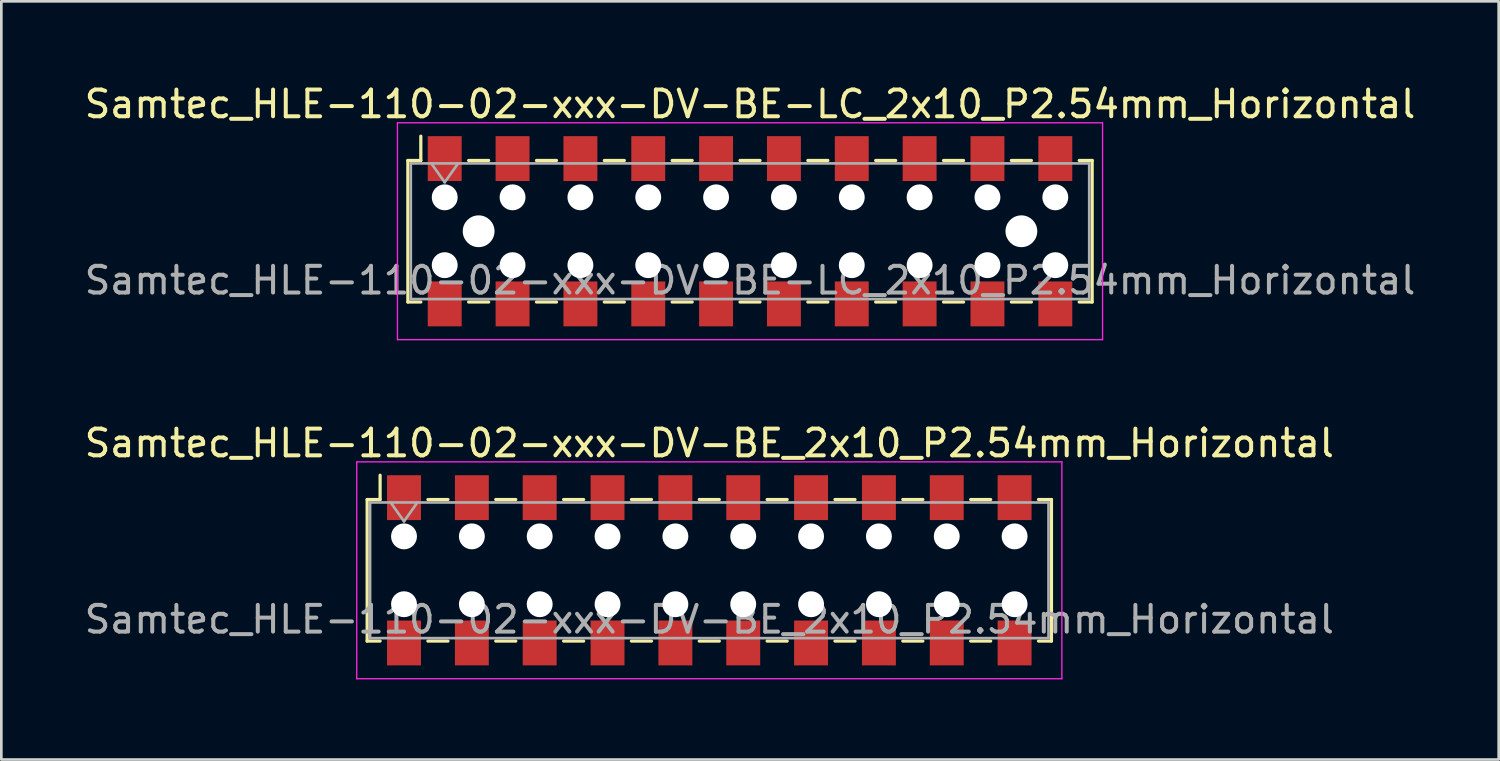
<source format=kicad_pcb>
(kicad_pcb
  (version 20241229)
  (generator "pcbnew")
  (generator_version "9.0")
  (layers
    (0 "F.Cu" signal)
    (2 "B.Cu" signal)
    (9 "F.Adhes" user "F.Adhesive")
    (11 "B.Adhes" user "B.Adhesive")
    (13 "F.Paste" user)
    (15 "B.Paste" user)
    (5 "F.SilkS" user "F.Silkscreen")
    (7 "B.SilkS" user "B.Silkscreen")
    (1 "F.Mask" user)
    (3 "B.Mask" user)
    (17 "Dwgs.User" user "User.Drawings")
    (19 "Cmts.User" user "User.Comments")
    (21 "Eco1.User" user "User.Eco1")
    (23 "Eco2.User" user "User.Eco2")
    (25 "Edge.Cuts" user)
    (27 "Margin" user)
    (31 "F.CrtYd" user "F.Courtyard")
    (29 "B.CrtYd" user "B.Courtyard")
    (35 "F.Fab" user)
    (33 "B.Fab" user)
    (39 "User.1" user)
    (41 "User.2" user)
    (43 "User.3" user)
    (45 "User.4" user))
  (footprint "Samtec_HLE-110-02-xxx-DV-BE-LC_2x10_P2.54mm_Horizontal"
    (layer "F.Cu")
    (at 25.03 5.608)
    (property "Reference" "Samtec_HLE-110-02-xxx-DV-BE-LC_2x10_P2.54mm_Horizontal" (at 0 -4.76 0) (layer "F.SilkS") (effects (font (size 1 1) (thickness 0.15))))
    (attr smd)
    (fp_line (start -12.81 -2.65) (end -12.81 2.65) (stroke (width 0.12) (type solid)) (layer "F.SilkS"))
    (fp_line (start -12.81 2.65) (end -12.325 2.65) (stroke (width 0.12) (type solid)) (layer "F.SilkS"))
    (fp_line (start -12.325 -3.56) (end -12.325 -2.65) (stroke (width 0.12) (type solid)) (layer "F.SilkS"))
    (fp_line (start -12.325 -2.65) (end -12.81 -2.65) (stroke (width 0.12) (type solid)) (layer "F.SilkS"))
    (fp_line (start -10.535 -2.65) (end -9.785 -2.65) (stroke (width 0.12) (type solid)) (layer "F.SilkS"))
    (fp_line (start -10.535 2.65) (end -9.785 2.65) (stroke (width 0.12) (type solid)) (layer "F.SilkS"))
    (fp_line (start -7.995 -2.65) (end -7.245 -2.65) (stroke (width 0.12) (type solid)) (layer "F.SilkS"))
    (fp_line (start -7.995 2.65) (end -7.245 2.65) (stroke (width 0.12) (type solid)) (layer "F.SilkS"))
    (fp_line (start -5.455 -2.65) (end -4.705 -2.65) (stroke (width 0.12) (type solid)) (layer "F.SilkS"))
    (fp_line (start -5.455 2.65) (end -4.705 2.65) (stroke (width 0.12) (type solid)) (layer "F.SilkS"))
    (fp_line (start -2.915 -2.65) (end -2.165 -2.65) (stroke (width 0.12) (type solid)) (layer "F.SilkS"))
    (fp_line (start -2.915 2.65) (end -2.165 2.65) (stroke (width 0.12) (type solid)) (layer "F.SilkS"))
    (fp_line (start -0.375 -2.65) (end 0.375 -2.65) (stroke (width 0.12) (type solid)) (layer "F.SilkS"))
    (fp_line (start -0.375 2.65) (end 0.375 2.65) (stroke (width 0.12) (type solid)) (layer "F.SilkS"))
    (fp_line (start 2.165 -2.65) (end 2.915 -2.65) (stroke (width 0.12) (type solid)) (layer "F.SilkS"))
    (fp_line (start 2.165 2.65) (end 2.915 2.65) (stroke (width 0.12) (type solid)) (layer "F.SilkS"))
    (fp_line (start 4.705 -2.65) (end 5.455 -2.65) (stroke (width 0.12) (type solid)) (layer "F.SilkS"))
    (fp_line (start 4.705 2.65) (end 5.455 2.65) (stroke (width 0.12) (type solid)) (layer "F.SilkS"))
    (fp_line (start 7.245 -2.65) (end 7.995 -2.65) (stroke (width 0.12) (type solid)) (layer "F.SilkS"))
    (fp_line (start 7.245 2.65) (end 7.995 2.65) (stroke (width 0.12) (type solid)) (layer "F.SilkS"))
    (fp_line (start 9.785 -2.65) (end 10.535 -2.65) (stroke (width 0.12) (type solid)) (layer "F.SilkS"))
    (fp_line (start 9.785 2.65) (end 10.535 2.65) (stroke (width 0.12) (type solid)) (layer "F.SilkS"))
    (fp_line (start 12.325 -2.65) (end 12.81 -2.65) (stroke (width 0.12) (type solid)) (layer "F.SilkS"))
    (fp_line (start 12.81 -2.65) (end 12.81 2.65) (stroke (width 0.12) (type solid)) (layer "F.SilkS"))
    (fp_line (start 12.81 2.65) (end 12.325 2.65) (stroke (width 0.12) (type solid)) (layer "F.SilkS"))
    (fp_line (start -13.2 -4.06) (end 13.2 -4.06) (stroke (width 0.05) (type solid)) (layer "F.CrtYd"))
    (fp_line (start -13.2 4.06) (end -13.2 -4.06) (stroke (width 0.05) (type solid)) (layer "F.CrtYd"))
    (fp_line (start 13.2 -4.06) (end 13.2 4.06) (stroke (width 0.05) (type solid)) (layer "F.CrtYd"))
    (fp_line (start 13.2 4.06) (end -13.2 4.06) (stroke (width 0.05) (type solid)) (layer "F.CrtYd"))
    (fp_line (start -12.7 -2.54) (end 12.7 -2.54) (stroke (width 0.1) (type solid)) (layer "F.Fab"))
    (fp_line (start -12.7 2.54) (end -12.7 -2.54) (stroke (width 0.1) (type solid)) (layer "F.Fab"))
    (fp_line (start -11.93 -2.54) (end -11.43 -1.833) (stroke (width 0.1) (type solid)) (layer "F.Fab"))
    (fp_line (start -11.43 -1.833) (end -10.93 -2.54) (stroke (width 0.1) (type solid)) (layer "F.Fab"))
    (fp_line (start 12.7 -2.54) (end 12.7 2.54) (stroke (width 0.1) (type solid)) (layer "F.Fab"))
    (fp_line (start 12.7 2.54) (end -12.7 2.54) (stroke (width 0.1) (type solid)) (layer "F.Fab"))
    (fp_text user "${REFERENCE}" (at 0 1.84 0) (layer "F.Fab") (effects (font (size 1 1) (thickness 0.15))))
    (pad "" np_thru_hole circle (at -11.43 -1.27) (size 0.97 0.97) (drill 0.97) (layers "*.Cu" "*.Mask"))
    (pad "" np_thru_hole circle (at -11.43 1.27) (size 0.97 0.97) (drill 0.97) (layers "*.Cu" "*.Mask"))
    (pad "" np_thru_hole circle (at -10.16 0) (size 1.19 1.19) (drill 1.19) (layers "*.Cu" "*.Mask"))
    (pad "" np_thru_hole circle (at -8.89 -1.27) (size 0.97 0.97) (drill 0.97) (layers "*.Cu" "*.Mask"))
    (pad "" np_thru_hole circle (at -8.89 1.27) (size 0.97 0.97) (drill 0.97) (layers "*.Cu" "*.Mask"))
    (pad "" np_thru_hole circle (at -6.35 -1.27) (size 0.97 0.97) (drill 0.97) (layers "*.Cu" "*.Mask"))
    (pad "" np_thru_hole circle (at -6.35 1.27) (size 0.97 0.97) (drill 0.97) (layers "*.Cu" "*.Mask"))
    (pad "" np_thru_hole circle (at -3.81 -1.27) (size 0.97 0.97) (drill 0.97) (layers "*.Cu" "*.Mask"))
    (pad "" np_thru_hole circle (at -3.81 1.27) (size 0.97 0.97) (drill 0.97) (layers "*.Cu" "*.Mask"))
    (pad "" np_thru_hole circle (at -1.27 -1.27) (size 0.97 0.97) (drill 0.97) (layers "*.Cu" "*.Mask"))
    (pad "" np_thru_hole circle (at -1.27 1.27) (size 0.97 0.97) (drill 0.97) (layers "*.Cu" "*.Mask"))
    (pad "" np_thru_hole circle (at 1.27 -1.27) (size 0.97 0.97) (drill 0.97) (layers "*.Cu" "*.Mask"))
    (pad "" np_thru_hole circle (at 1.27 1.27) (size 0.97 0.97) (drill 0.97) (layers "*.Cu" "*.Mask"))
    (pad "" np_thru_hole circle (at 3.81 -1.27) (size 0.97 0.97) (drill 0.97) (layers "*.Cu" "*.Mask"))
    (pad "" np_thru_hole circle (at 3.81 1.27) (size 0.97 0.97) (drill 0.97) (layers "*.Cu" "*.Mask"))
    (pad "" np_thru_hole circle (at 6.35 -1.27) (size 0.97 0.97) (drill 0.97) (layers "*.Cu" "*.Mask"))
    (pad "" np_thru_hole circle (at 6.35 1.27) (size 0.97 0.97) (drill 0.97) (layers "*.Cu" "*.Mask"))
    (pad "" np_thru_hole circle (at 8.89 -1.27) (size 0.97 0.97) (drill 0.97) (layers "*.Cu" "*.Mask"))
    (pad "" np_thru_hole circle (at 8.89 1.27) (size 0.97 0.97) (drill 0.97) (layers "*.Cu" "*.Mask"))
    (pad "" np_thru_hole circle (at 10.16 0) (size 1.19 1.19) (drill 1.19) (layers "*.Cu" "*.Mask"))
    (pad "" np_thru_hole circle (at 11.43 -1.27) (size 0.97 0.97) (drill 0.97) (layers "*.Cu" "*.Mask"))
    (pad "" np_thru_hole circle (at 11.43 1.27) (size 0.97 0.97) (drill 0.97) (layers "*.Cu" "*.Mask"))
    (pad "1" smd rect (at -11.43 -2.72) (size 1.27 1.68) (layers "F.Cu" "F.Mask" "F.Paste"))
    (pad "2" smd rect (at -11.43 2.72) (size 1.27 1.68) (layers "F.Cu" "F.Mask" "F.Paste"))
    (pad "3" smd rect (at -8.89 -2.72) (size 1.27 1.68) (layers "F.Cu" "F.Mask" "F.Paste"))
    (pad "4" smd rect (at -8.89 2.72) (size 1.27 1.68) (layers "F.Cu" "F.Mask" "F.Paste"))
    (pad "5" smd rect (at -6.35 -2.72) (size 1.27 1.68) (layers "F.Cu" "F.Mask" "F.Paste"))
    (pad "6" smd rect (at -6.35 2.72) (size 1.27 1.68) (layers "F.Cu" "F.Mask" "F.Paste"))
    (pad "7" smd rect (at -3.81 -2.72) (size 1.27 1.68) (layers "F.Cu" "F.Mask" "F.Paste"))
    (pad "8" smd rect (at -3.81 2.72) (size 1.27 1.68) (layers "F.Cu" "F.Mask" "F.Paste"))
    (pad "9" smd rect (at -1.27 -2.72) (size 1.27 1.68) (layers "F.Cu" "F.Mask" "F.Paste"))
    (pad "10" smd rect (at -1.27 2.72) (size 1.27 1.68) (layers "F.Cu" "F.Mask" "F.Paste"))
    (pad "11" smd rect (at 1.27 -2.72) (size 1.27 1.68) (layers "F.Cu" "F.Mask" "F.Paste"))
    (pad "12" smd rect (at 1.27 2.72) (size 1.27 1.68) (layers "F.Cu" "F.Mask" "F.Paste"))
    (pad "13" smd rect (at 3.81 -2.72) (size 1.27 1.68) (layers "F.Cu" "F.Mask" "F.Paste"))
    (pad "14" smd rect (at 3.81 2.72) (size 1.27 1.68) (layers "F.Cu" "F.Mask" "F.Paste"))
    (pad "15" smd rect (at 6.35 -2.72) (size 1.27 1.68) (layers "F.Cu" "F.Mask" "F.Paste"))
    (pad "16" smd rect (at 6.35 2.72) (size 1.27 1.68) (layers "F.Cu" "F.Mask" "F.Paste"))
    (pad "17" smd rect (at 8.89 -2.72) (size 1.27 1.68) (layers "F.Cu" "F.Mask" "F.Paste"))
    (pad "18" smd rect (at 8.89 2.72) (size 1.27 1.68) (layers "F.Cu" "F.Mask" "F.Paste"))
    (pad "19" smd rect (at 11.43 -2.72) (size 1.27 1.68) (layers "F.Cu" "F.Mask" "F.Paste"))
    (pad "20" smd rect (at 11.43 2.72) (size 1.27 1.68) (layers "F.Cu" "F.Mask" "F.Paste")))
  (footprint "Samtec_HLE-110-02-xxx-DV-BE_2x10_P2.54mm_Horizontal"
    (layer "F.Cu")
    (at 23.506 18.302)
    (property "Reference" "Samtec_HLE-110-02-xxx-DV-BE_2x10_P2.54mm_Horizontal" (at 0 -4.76 0) (layer "F.SilkS") (effects (font (size 1 1) (thickness 0.15))))
    (attr smd)
    (fp_line (start -12.81 -2.65) (end -12.81 2.65) (stroke (width 0.12) (type solid)) (layer "F.SilkS"))
    (fp_line (start -12.81 2.65) (end -12.325 2.65) (stroke (width 0.12) (type solid)) (layer "F.SilkS"))
    (fp_line (start -12.325 -3.56) (end -12.325 -2.65) (stroke (width 0.12) (type solid)) (layer "F.SilkS"))
    (fp_line (start -12.325 -2.65) (end -12.81 -2.65) (stroke (width 0.12) (type solid)) (layer "F.SilkS"))
    (fp_line (start -10.535 -2.65) (end -9.785 -2.65) (stroke (width 0.12) (type solid)) (layer "F.SilkS"))
    (fp_line (start -10.535 2.65) (end -9.785 2.65) (stroke (width 0.12) (type solid)) (layer "F.SilkS"))
    (fp_line (start -7.995 -2.65) (end -7.245 -2.65) (stroke (width 0.12) (type solid)) (layer "F.SilkS"))
    (fp_line (start -7.995 2.65) (end -7.245 2.65) (stroke (width 0.12) (type solid)) (layer "F.SilkS"))
    (fp_line (start -5.455 -2.65) (end -4.705 -2.65) (stroke (width 0.12) (type solid)) (layer "F.SilkS"))
    (fp_line (start -5.455 2.65) (end -4.705 2.65) (stroke (width 0.12) (type solid)) (layer "F.SilkS"))
    (fp_line (start -2.915 -2.65) (end -2.165 -2.65) (stroke (width 0.12) (type solid)) (layer "F.SilkS"))
    (fp_line (start -2.915 2.65) (end -2.165 2.65) (stroke (width 0.12) (type solid)) (layer "F.SilkS"))
    (fp_line (start -0.375 -2.65) (end 0.375 -2.65) (stroke (width 0.12) (type solid)) (layer "F.SilkS"))
    (fp_line (start -0.375 2.65) (end 0.375 2.65) (stroke (width 0.12) (type solid)) (layer "F.SilkS"))
    (fp_line (start 2.165 -2.65) (end 2.915 -2.65) (stroke (width 0.12) (type solid)) (layer "F.SilkS"))
    (fp_line (start 2.165 2.65) (end 2.915 2.65) (stroke (width 0.12) (type solid)) (layer "F.SilkS"))
    (fp_line (start 4.705 -2.65) (end 5.455 -2.65) (stroke (width 0.12) (type solid)) (layer "F.SilkS"))
    (fp_line (start 4.705 2.65) (end 5.455 2.65) (stroke (width 0.12) (type solid)) (layer "F.SilkS"))
    (fp_line (start 7.245 -2.65) (end 7.995 -2.65) (stroke (width 0.12) (type solid)) (layer "F.SilkS"))
    (fp_line (start 7.245 2.65) (end 7.995 2.65) (stroke (width 0.12) (type solid)) (layer "F.SilkS"))
    (fp_line (start 9.785 -2.65) (end 10.535 -2.65) (stroke (width 0.12) (type solid)) (layer "F.SilkS"))
    (fp_line (start 9.785 2.65) (end 10.535 2.65) (stroke (width 0.12) (type solid)) (layer "F.SilkS"))
    (fp_line (start 12.325 -2.65) (end 12.81 -2.65) (stroke (width 0.12) (type solid)) (layer "F.SilkS"))
    (fp_line (start 12.81 -2.65) (end 12.81 2.65) (stroke (width 0.12) (type solid)) (layer "F.SilkS"))
    (fp_line (start 12.81 2.65) (end 12.325 2.65) (stroke (width 0.12) (type solid)) (layer "F.SilkS"))
    (fp_line (start -13.2 -4.06) (end 13.2 -4.06) (stroke (width 0.05) (type solid)) (layer "F.CrtYd"))
    (fp_line (start -13.2 4.06) (end -13.2 -4.06) (stroke (width 0.05) (type solid)) (layer "F.CrtYd"))
    (fp_line (start 13.2 -4.06) (end 13.2 4.06) (stroke (width 0.05) (type solid)) (layer "F.CrtYd"))
    (fp_line (start 13.2 4.06) (end -13.2 4.06) (stroke (width 0.05) (type solid)) (layer "F.CrtYd"))
    (fp_line (start -12.7 -2.54) (end 12.7 -2.54) (stroke (width 0.1) (type solid)) (layer "F.Fab"))
    (fp_line (start -12.7 2.54) (end -12.7 -2.54) (stroke (width 0.1) (type solid)) (layer "F.Fab"))
    (fp_line (start -11.93 -2.54) (end -11.43 -1.833) (stroke (width 0.1) (type solid)) (layer "F.Fab"))
    (fp_line (start -11.43 -1.833) (end -10.93 -2.54) (stroke (width 0.1) (type solid)) (layer "F.Fab"))
    (fp_line (start 12.7 -2.54) (end 12.7 2.54) (stroke (width 0.1) (type solid)) (layer "F.Fab"))
    (fp_line (start 12.7 2.54) (end -12.7 2.54) (stroke (width 0.1) (type solid)) (layer "F.Fab"))
    (fp_text user "${REFERENCE}" (at 0 1.84 0) (layer "F.Fab") (effects (font (size 1 1) (thickness 0.15))))
    (pad "" np_thru_hole circle (at -11.43 -1.27) (size 0.97 0.97) (drill 0.97) (layers "*.Cu" "*.Mask"))
    (pad "" np_thru_hole circle (at -11.43 1.27) (size 0.97 0.97) (drill 0.97) (layers "*.Cu" "*.Mask"))
    (pad "" np_thru_hole circle (at -8.89 -1.27) (size 0.97 0.97) (drill 0.97) (layers "*.Cu" "*.Mask"))
    (pad "" np_thru_hole circle (at -8.89 1.27) (size 0.97 0.97) (drill 0.97) (layers "*.Cu" "*.Mask"))
    (pad "" np_thru_hole circle (at -6.35 -1.27) (size 0.97 0.97) (drill 0.97) (layers "*.Cu" "*.Mask"))
    (pad "" np_thru_hole circle (at -6.35 1.27) (size 0.97 0.97) (drill 0.97) (layers "*.Cu" "*.Mask"))
    (pad "" np_thru_hole circle (at -3.81 -1.27) (size 0.97 0.97) (drill 0.97) (layers "*.Cu" "*.Mask"))
    (pad "" np_thru_hole circle (at -3.81 1.27) (size 0.97 0.97) (drill 0.97) (layers "*.Cu" "*.Mask"))
    (pad "" np_thru_hole circle (at -1.27 -1.27) (size 0.97 0.97) (drill 0.97) (layers "*.Cu" "*.Mask"))
    (pad "" np_thru_hole circle (at -1.27 1.27) (size 0.97 0.97) (drill 0.97) (layers "*.Cu" "*.Mask"))
    (pad "" np_thru_hole circle (at 1.27 -1.27) (size 0.97 0.97) (drill 0.97) (layers "*.Cu" "*.Mask"))
    (pad "" np_thru_hole circle (at 1.27 1.27) (size 0.97 0.97) (drill 0.97) (layers "*.Cu" "*.Mask"))
    (pad "" np_thru_hole circle (at 3.81 -1.27) (size 0.97 0.97) (drill 0.97) (layers "*.Cu" "*.Mask"))
    (pad "" np_thru_hole circle (at 3.81 1.27) (size 0.97 0.97) (drill 0.97) (layers "*.Cu" "*.Mask"))
    (pad "" np_thru_hole circle (at 6.35 -1.27) (size 0.97 0.97) (drill 0.97) (layers "*.Cu" "*.Mask"))
    (pad "" np_thru_hole circle (at 6.35 1.27) (size 0.97 0.97) (drill 0.97) (layers "*.Cu" "*.Mask"))
    (pad "" np_thru_hole circle (at 8.89 -1.27) (size 0.97 0.97) (drill 0.97) (layers "*.Cu" "*.Mask"))
    (pad "" np_thru_hole circle (at 8.89 1.27) (size 0.97 0.97) (drill 0.97) (layers "*.Cu" "*.Mask"))
    (pad "" np_thru_hole circle (at 11.43 -1.27) (size 0.97 0.97) (drill 0.97) (layers "*.Cu" "*.Mask"))
    (pad "" np_thru_hole circle (at 11.43 1.27) (size 0.97 0.97) (drill 0.97) (layers "*.Cu" "*.Mask"))
    (pad "1" smd rect (at -11.43 -2.72) (size 1.27 1.68) (layers "F.Cu" "F.Mask" "F.Paste"))
    (pad "2" smd rect (at -11.43 2.72) (size 1.27 1.68) (layers "F.Cu" "F.Mask" "F.Paste"))
    (pad "3" smd rect (at -8.89 -2.72) (size 1.27 1.68) (layers "F.Cu" "F.Mask" "F.Paste"))
    (pad "4" smd rect (at -8.89 2.72) (size 1.27 1.68) (layers "F.Cu" "F.Mask" "F.Paste"))
    (pad "5" smd rect (at -6.35 -2.72) (size 1.27 1.68) (layers "F.Cu" "F.Mask" "F.Paste"))
    (pad "6" smd rect (at -6.35 2.72) (size 1.27 1.68) (layers "F.Cu" "F.Mask" "F.Paste"))
    (pad "7" smd rect (at -3.81 -2.72) (size 1.27 1.68) (layers "F.Cu" "F.Mask" "F.Paste"))
    (pad "8" smd rect (at -3.81 2.72) (size 1.27 1.68) (layers "F.Cu" "F.Mask" "F.Paste"))
    (pad "9" smd rect (at -1.27 -2.72) (size 1.27 1.68) (layers "F.Cu" "F.Mask" "F.Paste"))
    (pad "10" smd rect (at -1.27 2.72) (size 1.27 1.68) (layers "F.Cu" "F.Mask" "F.Paste"))
    (pad "11" smd rect (at 1.27 -2.72) (size 1.27 1.68) (layers "F.Cu" "F.Mask" "F.Paste"))
    (pad "12" smd rect (at 1.27 2.72) (size 1.27 1.68) (layers "F.Cu" "F.Mask" "F.Paste"))
    (pad "13" smd rect (at 3.81 -2.72) (size 1.27 1.68) (layers "F.Cu" "F.Mask" "F.Paste"))
    (pad "14" smd rect (at 3.81 2.72) (size 1.27 1.68) (layers "F.Cu" "F.Mask" "F.Paste"))
    (pad "15" smd rect (at 6.35 -2.72) (size 1.27 1.68) (layers "F.Cu" "F.Mask" "F.Paste"))
    (pad "16" smd rect (at 6.35 2.72) (size 1.27 1.68) (layers "F.Cu" "F.Mask" "F.Paste"))
    (pad "17" smd rect (at 8.89 -2.72) (size 1.27 1.68) (layers "F.Cu" "F.Mask" "F.Paste"))
    (pad "18" smd rect (at 8.89 2.72) (size 1.27 1.68) (layers "F.Cu" "F.Mask" "F.Paste"))
    (pad "19" smd rect (at 11.43 -2.72) (size 1.27 1.68) (layers "F.Cu" "F.Mask" "F.Paste"))
    (pad "20" smd rect (at 11.43 2.72) (size 1.27 1.68) (layers "F.Cu" "F.Mask" "F.Paste")))
  (gr_rect
    (start -3 -3)
    (end 53.06 25.387)
    (stroke (width 0.1) (type default))
    (fill no)
    (layer "Edge.Cuts")))
</source>
